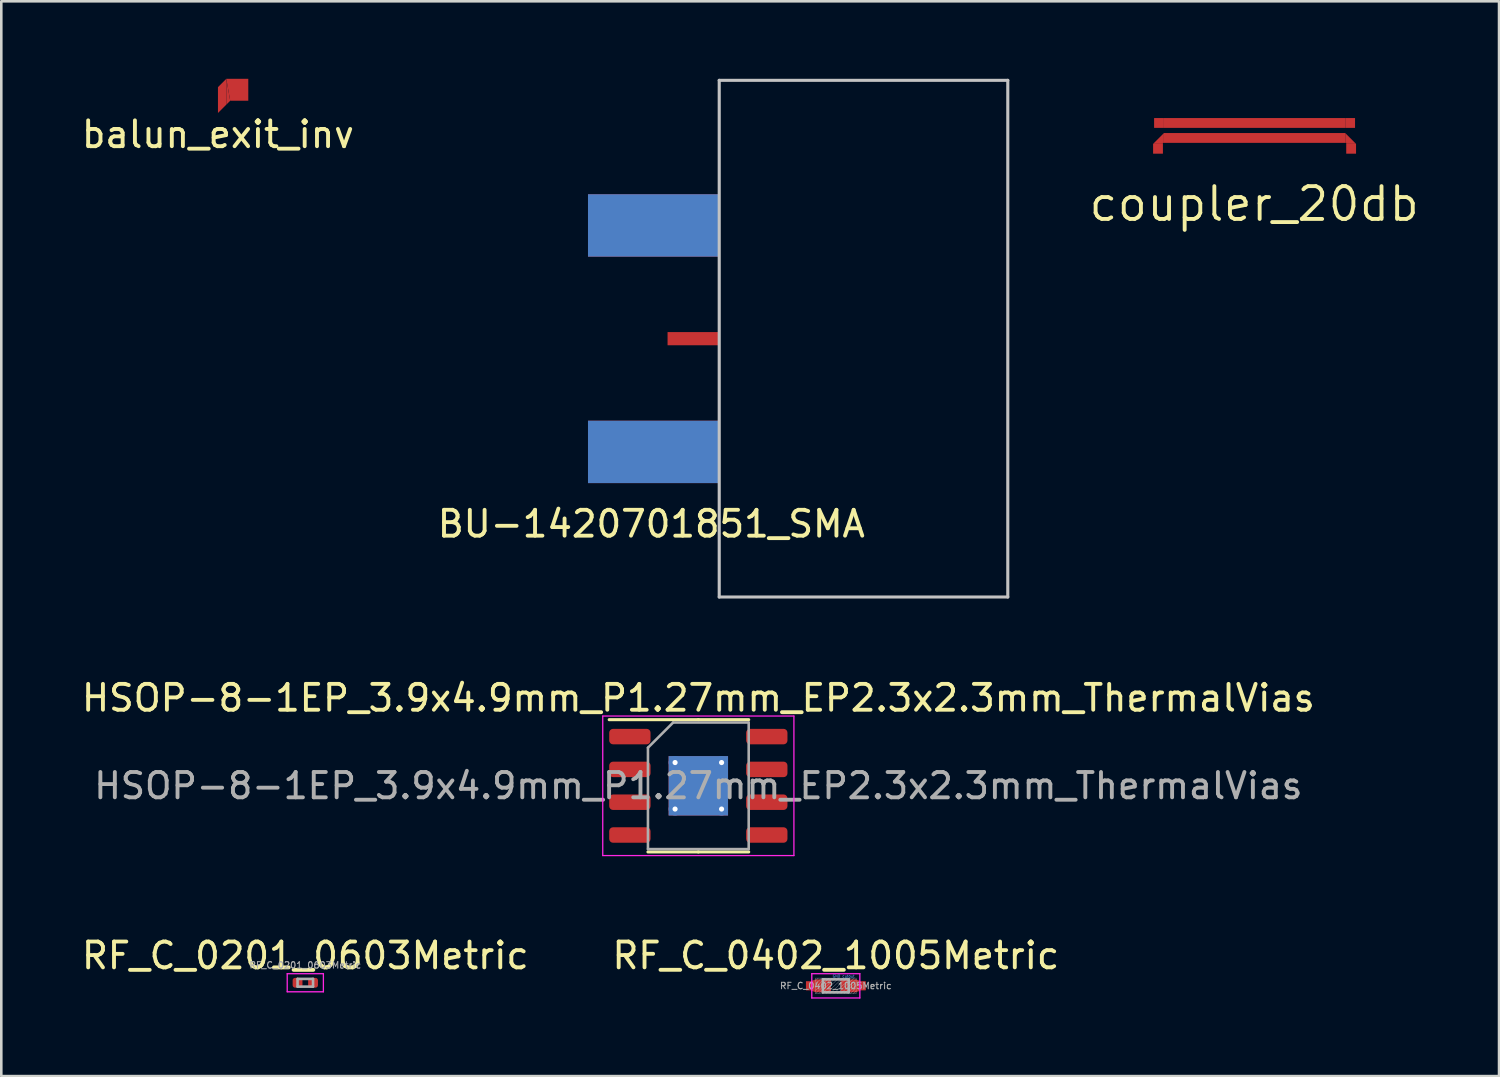
<source format=kicad_pcb>
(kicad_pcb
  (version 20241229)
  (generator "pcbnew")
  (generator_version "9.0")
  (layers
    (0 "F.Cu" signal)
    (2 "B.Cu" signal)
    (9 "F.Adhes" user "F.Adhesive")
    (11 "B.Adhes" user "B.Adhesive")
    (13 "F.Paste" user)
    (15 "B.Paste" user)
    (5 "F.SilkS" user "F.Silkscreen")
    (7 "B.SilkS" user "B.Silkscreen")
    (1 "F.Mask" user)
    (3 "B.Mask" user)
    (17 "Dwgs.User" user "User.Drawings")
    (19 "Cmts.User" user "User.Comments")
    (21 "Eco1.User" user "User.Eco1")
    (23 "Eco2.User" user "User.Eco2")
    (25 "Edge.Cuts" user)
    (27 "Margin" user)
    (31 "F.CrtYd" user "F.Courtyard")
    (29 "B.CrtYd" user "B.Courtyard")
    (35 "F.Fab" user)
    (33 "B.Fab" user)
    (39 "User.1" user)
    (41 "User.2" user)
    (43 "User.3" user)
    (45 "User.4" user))
  (footprint "coupler_20db"
    (layer "F.Cu")
    (at 45.514 2)
    (property "Reference" "coupler_20db" (at -0.015 2.845 0) (layer "F.SilkS") (effects (font (size 1.27 1.27) (thickness 0.15))))
    (attr exclude_from_pos_files exclude_from_bom)
    (fp_poly (pts (xy -3.509 -0.1) (xy -3.509 -0.48) (xy 3.509 -0.48) (xy 3.509 -0.1)) (stroke (width 0) (type solid)) (fill yes) (layer "F.Cu"))
    (fp_poly (pts (xy -3.509 0.48) (xy -3.509 0.1) (xy 3.509 0.1) (xy 3.509 0.48)) (stroke (width 0) (type solid)) (fill yes) (layer "F.Cu"))
    (fp_poly (pts (xy -3.928 0.519) (xy -3.548 0.519) (xy -3.548 0.48) (xy -3.509 0.48) (xy -3.509 0.1)) (stroke (width 0) (type solid)) (fill yes) (layer "F.Cu"))
    (fp_poly (pts (xy 3.509 0.1) (xy 3.509 0.48) (xy 3.548 0.48) (xy 3.548 0.519) (xy 3.928 0.519)) (stroke (width 0) (type solid)) (fill yes) (layer "F.Cu"))
    (pad "1" smd rect (at -3.699 -0.29) (size 0.38 0.38) (layers "F.Cu"))
    (pad "2" smd rect (at 3.699 -0.29) (size 0.38 0.38) (layers "F.Cu"))
    (pad "3" smd rect (at -3.738 0.709) (size 0.38 0.38) (layers "F.Cu"))
    (pad "4" smd rect (at 3.738 0.709) (size 0.38 0.38) (layers "F.Cu"))
    (zone (net_name "") (layer "F.Cu") (hatch edge 0.508) (connect_pads) (min_thickness 0.254) (filled_areas_thickness no) (keepout (tracks not_allowed) (vias not_allowed) (pads allowed) (copperpour not_allowed) (footprints allowed)) (placement (enabled no)) (fill) (polygon (pts (xy 50.414 3.9) (xy 40.514 3.9) (xy 40.514 0) (xy 50.414 0)))))
  (footprint "RF_C_0402_1005Metric"
    (layer "F.Cu")
    (at 29.304 35.111)
    (property "Reference" "RF_C_0402_1005Metric" (at 0 -1.17 0) (layer "F.SilkS") (effects (font (size 1 1) (thickness 0.15))))
    (attr smd)
    (fp_poly (pts (xy -1.155 -0.17) (xy -0.985 -0.17) (xy -0.785 -0.25) (xy -0.185 -0.25) (xy -0.185 0.25) (xy -0.785 0.25) (xy -0.985 0.17) (xy -1.155 0.17)) (stroke (width 0) (type solid)) (fill yes) (layer "F.Cu"))
    (fp_poly (pts (xy 1.155 0.17) (xy 0.985 0.17) (xy 0.785 0.25) (xy 0.185 0.25) (xy 0.185 -0.25) (xy 0.785 -0.25) (xy 0.985 -0.17) (xy 1.155 -0.17)) (stroke (width 0) (type solid)) (fill yes) (layer "F.Cu"))
    (fp_poly (pts (xy -0.145 0.285) (xy -0.825 0.29) (xy -0.825 -0.29) (xy -0.145 -0.295)) (stroke (width 0) (type solid)) (fill yes) (layer "F.Mask"))
    (fp_poly (pts (xy 0.825 0.285) (xy 0.145 0.29) (xy 0.145 -0.29) (xy 0.825 -0.295)) (stroke (width 0) (type solid)) (fill yes) (layer "F.Mask"))
    (fp_poly (pts (xy -0.185 0.25) (xy -0.785 0.25) (xy -0.785 -0.25) (xy -0.185 -0.25)) (stroke (width 0) (type solid)) (fill yes) (layer "F.Paste"))
    (fp_poly (pts (xy 0.785 0.25) (xy 0.185 0.25) (xy 0.185 -0.25) (xy 0.785 -0.25)) (stroke (width 0) (type solid)) (fill yes) (layer "F.Paste"))
    (fp_line (start -0.785 -0.3) (end -0.785 0.3) (stroke (width 0.01) (type solid)) (layer "Dwgs.User"))
    (fp_line (start -0.785 -0.3) (end 0.785 -0.3) (stroke (width 0.01) (type solid)) (layer "Dwgs.User"))
    (fp_line (start -0.785 -0.195) (end -0.68 -0.3) (stroke (width 0.01) (type solid)) (layer "Dwgs.User"))
    (fp_line (start -0.785 -0.075) (end -0.55 -0.3) (stroke (width 0.01) (type solid)) (layer "Dwgs.User"))
    (fp_line (start -0.785 0.055) (end -0.41 -0.3) (stroke (width 0.01) (type solid)) (layer "Dwgs.User"))
    (fp_line (start -0.785 0.175) (end -0.26 -0.3) (stroke (width 0.01) (type solid)) (layer "Dwgs.User"))
    (fp_line (start -0.785 0.3) (end 0.785 0.3) (stroke (width 0.01) (type solid)) (layer "Dwgs.User"))
    (fp_line (start -0.78 0.295) (end -0.13 -0.3) (stroke (width 0.01) (type solid)) (layer "Dwgs.User"))
    (fp_line (start -0.66 0.295) (end -0.01 -0.3) (stroke (width 0.01) (type solid)) (layer "Dwgs.User"))
    (fp_line (start -0.53 0.295) (end 0.12 -0.3) (stroke (width 0.01) (type solid)) (layer "Dwgs.User"))
    (fp_line (start -0.38 0.295) (end 0.27 -0.3) (stroke (width 0.01) (type solid)) (layer "Dwgs.User"))
    (fp_line (start -0.23 0.295) (end 0.42 -0.3) (stroke (width 0.01) (type solid)) (layer "Dwgs.User"))
    (fp_line (start -0.08 0.295) (end 0.57 -0.3) (stroke (width 0.01) (type solid)) (layer "Dwgs.User"))
    (fp_line (start 0.06 0.295) (end 0.71 -0.3) (stroke (width 0.01) (type solid)) (layer "Dwgs.User"))
    (fp_line (start 0.195 0.295) (end 0.785 -0.245) (stroke (width 0.01) (type solid)) (layer "Dwgs.User"))
    (fp_line (start 0.315 0.3) (end 0.785 -0.135) (stroke (width 0.01) (type solid)) (layer "Dwgs.User"))
    (fp_line (start 0.425 0.3) (end 0.785 -0.025) (stroke (width 0.01) (type solid)) (layer "Dwgs.User"))
    (fp_line (start 0.55 0.3) (end 0.785 0.09) (stroke (width 0.01) (type solid)) (layer "Dwgs.User"))
    (fp_line (start 0.675 0.3) (end 0.785 0.2) (stroke (width 0.01) (type solid)) (layer "Dwgs.User"))
    (fp_line (start 0.785 -0.3) (end 0.785 0.3) (stroke (width 0.01) (type solid)) (layer "Dwgs.User"))
    (fp_line (start -0.93 -0.47) (end 0.93 -0.47) (stroke (width 0.05) (type solid)) (layer "F.CrtYd"))
    (fp_line (start -0.93 0.47) (end -0.93 -0.47) (stroke (width 0.05) (type solid)) (layer "F.CrtYd"))
    (fp_line (start 0.93 -0.47) (end 0.93 0.47) (stroke (width 0.05) (type solid)) (layer "F.CrtYd"))
    (fp_line (start 0.93 0.47) (end -0.93 0.47) (stroke (width 0.05) (type solid)) (layer "F.CrtYd"))
    (fp_line (start -0.5 -0.25) (end 0.5 -0.25) (stroke (width 0.1) (type solid)) (layer "F.Fab"))
    (fp_line (start -0.5 0.25) (end -0.5 -0.25) (stroke (width 0.1) (type solid)) (layer "F.Fab"))
    (fp_line (start 0.5 -0.25) (end 0.5 0.25) (stroke (width 0.1) (type solid)) (layer "F.Fab"))
    (fp_line (start 0.5 0.25) (end -0.5 0.25) (stroke (width 0.1) (type solid)) (layer "F.Fab"))
    (fp_text user "GND cutout" (at 0.3 -0.375 0) (layer "Cmts.User") (effects (font (size 0.1 0.1) (thickness 0.015))))
    (fp_text user "${REFERENCE}" (at 0 0 0) (layer "F.Fab") (effects (font (size 0.25 0.25) (thickness 0.04))))
    (pad "1" smd rect (at -1.07 0) (size 0.17 0.34) (layers "F.Cu"))
    (pad "2" smd rect (at 1.07 0 180) (size 0.17 0.34) (layers "F.Cu")))
  (footprint "RF_C_0201_0603Metric"
    (layer "F.Cu")
    (at 8.768 34.992)
    (property "Reference" "RF_C_0201_0603Metric" (at 0 -1.05 0) (layer "F.SilkS") (effects (font (size 1 1) (thickness 0.15))))
    (attr smd)
    (fp_line (start -0.7 -0.35) (end 0.7 -0.35) (stroke (width 0.05) (type solid)) (layer "F.CrtYd"))
    (fp_line (start -0.7 0.35) (end -0.7 -0.35) (stroke (width 0.05) (type solid)) (layer "F.CrtYd"))
    (fp_line (start 0.7 -0.35) (end 0.7 0.35) (stroke (width 0.05) (type solid)) (layer "F.CrtYd"))
    (fp_line (start 0.7 0.35) (end -0.7 0.35) (stroke (width 0.05) (type solid)) (layer "F.CrtYd"))
    (fp_line (start -0.3 -0.15) (end 0.3 -0.15) (stroke (width 0.1) (type solid)) (layer "F.Fab"))
    (fp_line (start -0.3 0.15) (end -0.3 -0.15) (stroke (width 0.1) (type solid)) (layer "F.Fab"))
    (fp_line (start 0.3 -0.15) (end 0.3 0.15) (stroke (width 0.1) (type solid)) (layer "F.Fab"))
    (fp_line (start 0.3 0.15) (end -0.3 0.15) (stroke (width 0.1) (type solid)) (layer "F.Fab"))
    (fp_text user "${REFERENCE}" (at 0 -0.68 0) (layer "F.Fab") (effects (font (size 0.25 0.25) (thickness 0.04))))
    (pad "1" smd roundrect (at -0.3 0) (size 0.38 0.38) (layers "F.Cu" "F.Mask" "F.Paste") (roundrect_rratio 0.25))
    (pad "2" smd roundrect (at 0.3 0) (size 0.38 0.38) (layers "F.Cu" "F.Mask" "F.Paste") (roundrect_rratio 0.25)))
  (footprint "HSOP-8-1EP_3.9x4.9mm_P1.27mm_EP2.3x2.3mm_ThermalVias"
    (layer "F.Cu")
    (at 23.982 27.368)
    (property "Reference" "HSOP-8-1EP_3.9x4.9mm_P1.27mm_EP2.3x2.3mm_ThermalVias" (at 0 -3.4 0) (layer "F.SilkS") (effects (font (size 1 1) (thickness 0.15))))
    (attr smd)
    (fp_line (start 0 -2.56) (end -3.45 -2.56) (stroke (width 0.12) (type solid)) (layer "F.SilkS"))
    (fp_line (start 0 -2.56) (end 1.95 -2.56) (stroke (width 0.12) (type solid)) (layer "F.SilkS"))
    (fp_line (start 0 2.56) (end -1.95 2.56) (stroke (width 0.12) (type solid)) (layer "F.SilkS"))
    (fp_line (start 0 2.56) (end 1.95 2.56) (stroke (width 0.12) (type solid)) (layer "F.SilkS"))
    (fp_line (start -3.7 -2.7) (end -3.7 2.7) (stroke (width 0.05) (type solid)) (layer "F.CrtYd"))
    (fp_line (start -3.7 2.7) (end 3.7 2.7) (stroke (width 0.05) (type solid)) (layer "F.CrtYd"))
    (fp_line (start 3.7 -2.7) (end -3.7 -2.7) (stroke (width 0.05) (type solid)) (layer "F.CrtYd"))
    (fp_line (start 3.7 2.7) (end 3.7 -2.7) (stroke (width 0.05) (type solid)) (layer "F.CrtYd"))
    (fp_line (start -1.95 -1.475) (end -0.975 -2.45) (stroke (width 0.1) (type solid)) (layer "F.Fab"))
    (fp_line (start -1.95 2.45) (end -1.95 -1.475) (stroke (width 0.1) (type solid)) (layer "F.Fab"))
    (fp_line (start -0.975 -2.45) (end 1.95 -2.45) (stroke (width 0.1) (type solid)) (layer "F.Fab"))
    (fp_line (start 1.95 -2.45) (end 1.95 2.45) (stroke (width 0.1) (type solid)) (layer "F.Fab"))
    (fp_line (start 1.95 2.45) (end -1.95 2.45) (stroke (width 0.1) (type solid)) (layer "F.Fab"))
    (fp_text user "${REFERENCE}" (at 0 0 0) (layer "F.Fab") (effects (font (size 0.98 0.98) (thickness 0.15))))
    (pad "" smd roundrect (at -0.575 -0.575) (size 0.93 0.93) (layers "F.Paste") (roundrect_rratio 0.25))
    (pad "" smd roundrect (at -0.575 0.575) (size 0.93 0.93) (layers "F.Paste") (roundrect_rratio 0.25))
    (pad "" smd roundrect (at 0.575 -0.575) (size 0.93 0.93) (layers "F.Paste") (roundrect_rratio 0.25))
    (pad "" smd roundrect (at 0.575 0.575) (size 0.93 0.93) (layers "F.Paste") (roundrect_rratio 0.25))
    (pad "1" smd roundrect (at -2.65 -1.905) (size 1.6 0.6) (layers "F.Cu" "F.Mask" "F.Paste") (roundrect_rratio 0.25))
    (pad "2" smd roundrect (at -2.65 -0.635) (size 1.6 0.6) (layers "F.Cu" "F.Mask" "F.Paste") (roundrect_rratio 0.25))
    (pad "3" smd roundrect (at -2.65 0.635) (size 1.6 0.6) (layers "F.Cu" "F.Mask" "F.Paste") (roundrect_rratio 0.25))
    (pad "4" smd roundrect (at -2.65 1.905) (size 1.6 0.6) (layers "F.Cu" "F.Mask" "F.Paste") (roundrect_rratio 0.25))
    (pad "5" smd roundrect (at 2.65 1.905) (size 1.6 0.6) (layers "F.Cu" "F.Mask" "F.Paste") (roundrect_rratio 0.25))
    (pad "6" smd roundrect (at 2.65 0.635) (size 1.6 0.6) (layers "F.Cu" "F.Mask" "F.Paste") (roundrect_rratio 0.25))
    (pad "7" smd roundrect (at 2.65 -0.635) (size 1.6 0.6) (layers "F.Cu" "F.Mask" "F.Paste") (roundrect_rratio 0.25))
    (pad "8" smd roundrect (at 2.65 -1.905) (size 1.6 0.6) (layers "F.Cu" "F.Mask" "F.Paste") (roundrect_rratio 0.25))
    (pad "9" thru_hole circle (at -0.9 -0.9) (size 0.5 0.5) (drill 0.2) (layers "*.Cu"))
    (pad "9" thru_hole circle (at -0.9 0.9) (size 0.5 0.5) (drill 0.2) (layers "*.Cu"))
    (pad "9" smd rect (at 0 0) (size 2.3 2.3) (layers "F.Cu" "F.Mask"))
    (pad "9" smd rect (at 0 0) (size 2.3 2.3) (layers "B.Cu"))
    (pad "9" thru_hole circle (at 0.9 -0.9) (size 0.5 0.5) (drill 0.2) (layers "*.Cu"))
    (pad "9" thru_hole circle (at 0.9 0.9) (size 0.5 0.5) (drill 0.2) (layers "*.Cu")))
  (footprint "BU-1420701851_SMA"
    (layer "F.Cu")
    (at 24.791 10.06)
    (property "Reference" "BU-1420701851_SMA" (at -2.63 7.17 0) (layer "F.SilkS") (effects (font (size 1 1) (thickness 0.15))))
    (attr smd)
    (fp_line (start 0 -10) (end 11.17 -10) (stroke (width 0.12) (type solid)) (layer "Dwgs.User"))
    (fp_line (start 0 10) (end 0 -10) (stroke (width 0.12) (type solid)) (layer "Dwgs.User"))
    (fp_line (start 11.17 -10) (end 11.17 10) (stroke (width 0.12) (type solid)) (layer "Dwgs.User"))
    (fp_line (start 11.17 10) (end 0 10) (stroke (width 0.12) (type solid)) (layer "Dwgs.User"))
    (pad "1" smd rect (at -1 0) (size 2 0.51) (layers "F.Cu" "F.Mask"))
    (pad "2" smd rect (at -2.54 -4.383) (size 5.08 2.415) (layers "F.Cu" "F.Mask"))
    (pad "2" smd rect (at -2.54 -4.383) (size 5.08 2.415) (layers "B.Cu" "B.Mask"))
    (pad "2" smd rect (at -2.54 4.383) (size 5.08 2.415) (layers "F.Cu" "F.Mask"))
    (pad "2" smd rect (at -2.54 4.383) (size 5.08 2.415) (layers "B.Cu" "B.Mask")))
  (footprint "balun_exit_inv"
    (layer "F.Cu")
    (at 5.387 0.324)
    (property "Reference" "balun_exit_inv" (at 0 1.83 0) (layer "F.SilkS") (effects (font (size 1 1) (thickness 0.15))))
    (attr through_hole)
    (fp_poly (pts (xy 0.324 0.676) (xy 0.324 -0.324) (xy 0.474 0.526)) (stroke (width 0) (type solid)) (fill yes) (layer "F.Cu"))
    (pad "1" smd custom (at 0.16 0.37 180) (size 0.1 0.1) (layers "F.Cu") (options (anchor rect)) (primitives (gr_poly (pts (xy 0.16 0.37) (xy -0.164 0.694) (xy -0.164 -0.306) (xy 0.16 -0.63)) (width 0) (fill yes))))
    (pad "2" smd custom (at 0.824 0.101 180) (size 0.1 0.1) (layers "F.Cu") (options (anchor rect)) (primitives (gr_poly (pts (xy 0.35 -0.425) (xy 0.5 0.425) (xy -0.35 0.425) (xy -0.35 -0.425)) (width 0) (fill yes)))))
  (gr_rect
    (start -3 -3)
    (end 54.977 38.606)
    (stroke (width 0.1) (type default))
    (fill no)
    (layer "Edge.Cuts")))
</source>
